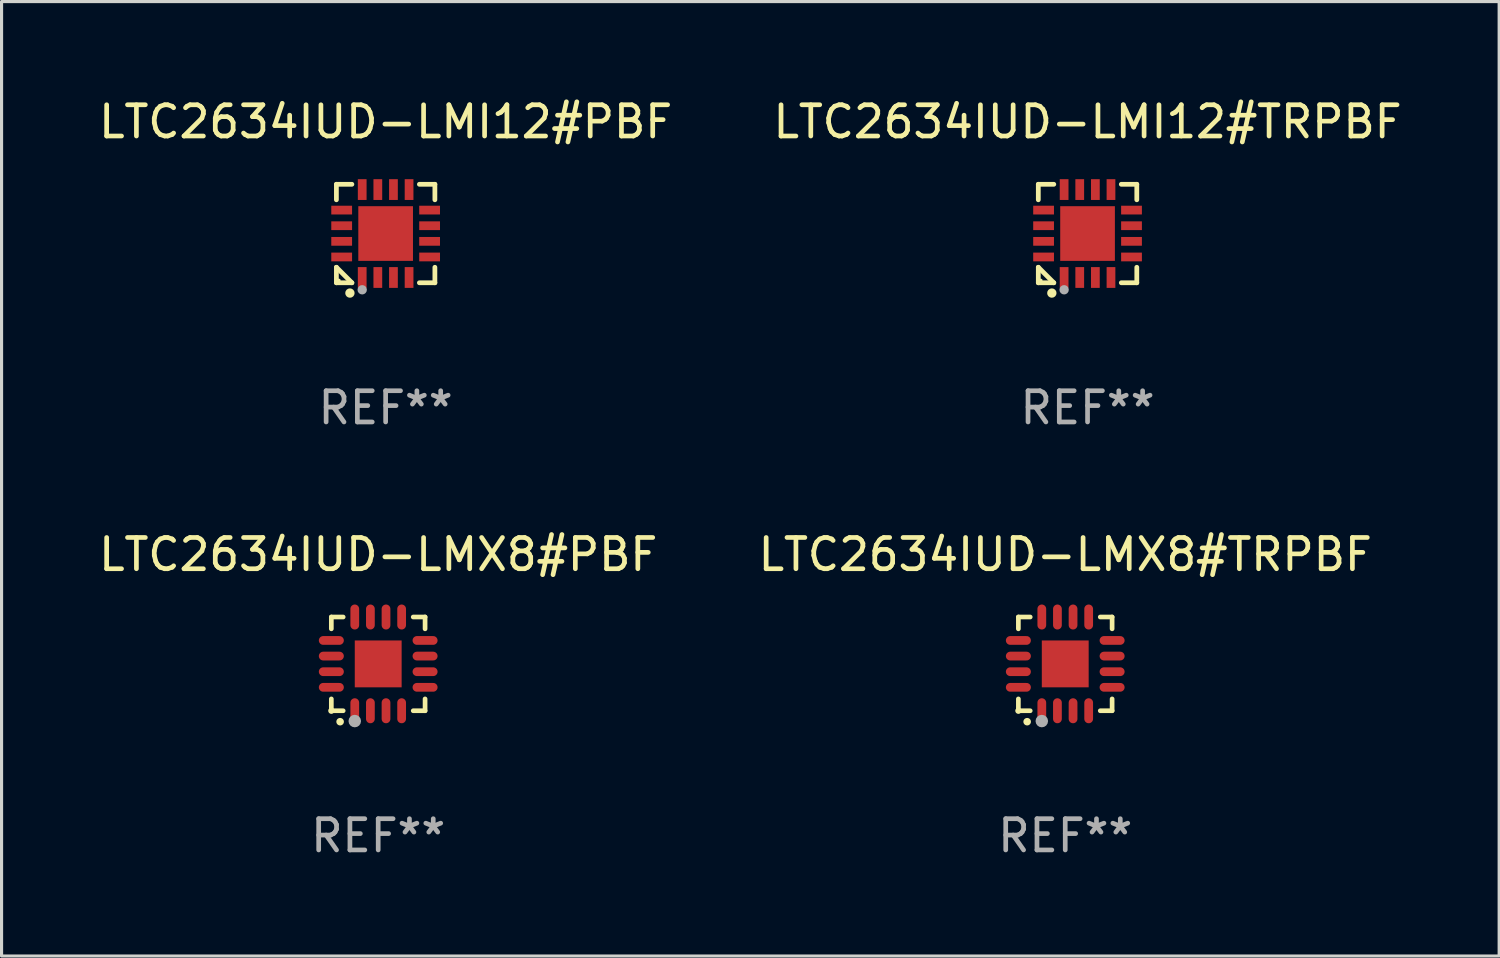
<source format=kicad_pcb>
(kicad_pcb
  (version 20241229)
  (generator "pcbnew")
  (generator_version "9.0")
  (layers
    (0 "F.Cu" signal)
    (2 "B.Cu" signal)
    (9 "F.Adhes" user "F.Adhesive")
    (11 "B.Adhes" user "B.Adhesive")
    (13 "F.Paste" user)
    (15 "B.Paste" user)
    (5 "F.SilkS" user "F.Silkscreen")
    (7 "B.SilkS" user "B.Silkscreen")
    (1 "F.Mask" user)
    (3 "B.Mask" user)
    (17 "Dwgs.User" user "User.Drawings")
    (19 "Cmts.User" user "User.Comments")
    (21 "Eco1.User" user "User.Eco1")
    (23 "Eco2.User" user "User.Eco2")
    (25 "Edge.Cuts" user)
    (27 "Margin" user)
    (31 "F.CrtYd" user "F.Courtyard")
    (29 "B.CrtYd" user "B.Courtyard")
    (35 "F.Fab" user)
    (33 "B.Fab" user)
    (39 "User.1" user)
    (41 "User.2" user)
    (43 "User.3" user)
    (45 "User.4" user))
  (footprint "LTC2634IUD-LMI12#PBF"
    (layer "F.Cu")
    (at 9.292 4.424)
    (property "Reference" "LTC2634IUD-LMI12#PBF" (at 0 -3.576 0) (layer "F.SilkS") (effects (font (size 1 1) (thickness 0.15))))
    (attr through_hole)
    (fp_line (start -1.576 -1.576) (end -1.08 -1.576) (stroke (width 0.152) (type solid)) (layer "F.SilkS"))
    (fp_line (start -1.576 -1.08) (end -1.576 -1.576) (stroke (width 0.152) (type solid)) (layer "F.SilkS"))
    (fp_line (start -1.576 1.08) (end -1.576 1.576) (stroke (width 0.152) (type solid)) (layer "F.SilkS"))
    (fp_line (start -1.576 1.576) (end -1.08 1.576) (stroke (width 0.152) (type solid)) (layer "F.SilkS"))
    (fp_line (start -1.08 1.576) (end -1.576 1.08) (stroke (width 0.152) (type solid)) (layer "F.SilkS"))
    (fp_line (start 1.576 -1.576) (end 1.08 -1.576) (stroke (width 0.152) (type solid)) (layer "F.SilkS"))
    (fp_line (start 1.576 -1.08) (end 1.576 -1.576) (stroke (width 0.152) (type solid)) (layer "F.SilkS"))
    (fp_line (start 1.576 1.08) (end 1.576 1.576) (stroke (width 0.152) (type solid)) (layer "F.SilkS"))
    (fp_line (start 1.576 1.576) (end 1.08 1.576) (stroke (width 0.152) (type solid)) (layer "F.SilkS"))
    (fp_circle (center -1.5 1.5) (end -1.47 1.5) (stroke (width 0.06) (type solid)) (fill no) (layer "F.SilkS"))
    (fp_circle (center -1.143 1.905) (end -1.068 1.905) (stroke (width 0.15) (type solid)) (fill no) (layer "F.SilkS"))
    (fp_circle (center -0.75 1.8) (end -0.675 1.8) (stroke (width 0.15) (type solid)) (fill no) (layer "F.Fab"))
    (fp_text user "REF**" (at 0 5.576 0) (layer "F.Fab") (effects (font (size 1 1) (thickness 0.15))))
    (pad "1" smd rect (at -0.75 1.407) (size 0.28 0.665) (layers "F.Cu" "F.Mask" "F.Paste"))
    (pad "2" smd rect (at -0.25 1.407) (size 0.28 0.665) (layers "F.Cu" "F.Mask" "F.Paste"))
    (pad "3" smd rect (at 0.25 1.407) (size 0.28 0.665) (layers "F.Cu" "F.Mask" "F.Paste"))
    (pad "4" smd rect (at 0.75 1.407) (size 0.28 0.665) (layers "F.Cu" "F.Mask" "F.Paste"))
    (pad "5" smd rect (at 1.407 0.75) (size 0.665 0.28) (layers "F.Cu" "F.Mask" "F.Paste"))
    (pad "6" smd rect (at 1.407 0.25) (size 0.665 0.28) (layers "F.Cu" "F.Mask" "F.Paste"))
    (pad "7" smd rect (at 1.407 -0.25) (size 0.665 0.28) (layers "F.Cu" "F.Mask" "F.Paste"))
    (pad "8" smd rect (at 1.407 -0.75) (size 0.665 0.28) (layers "F.Cu" "F.Mask" "F.Paste"))
    (pad "9" smd rect (at 0.75 -1.407) (size 0.28 0.665) (layers "F.Cu" "F.Mask" "F.Paste"))
    (pad "10" smd rect (at 0.25 -1.407) (size 0.28 0.665) (layers "F.Cu" "F.Mask" "F.Paste"))
    (pad "11" smd rect (at -0.25 -1.407) (size 0.28 0.665) (layers "F.Cu" "F.Mask" "F.Paste"))
    (pad "12" smd rect (at -0.75 -1.407) (size 0.28 0.665) (layers "F.Cu" "F.Mask" "F.Paste"))
    (pad "13" smd rect (at -1.407 -0.75) (size 0.665 0.28) (layers "F.Cu" "F.Mask" "F.Paste"))
    (pad "14" smd rect (at -1.407 -0.25) (size 0.665 0.28) (layers "F.Cu" "F.Mask" "F.Paste"))
    (pad "15" smd rect (at -1.407 0.25) (size 0.665 0.28) (layers "F.Cu" "F.Mask" "F.Paste"))
    (pad "16" smd rect (at -1.407 0.75) (size 0.665 0.28) (layers "F.Cu" "F.Mask" "F.Paste"))
    (pad "17" smd rect (at 0 0) (size 1.75 1.75) (layers "F.Cu" "F.Mask" "F.Paste")))
  (footprint "LTC2634IUD-LMX8#PBF"
    (layer "F.Cu")
    (at 9.054 18.197)
    (property "Reference" "LTC2634IUD-LMX8#PBF" (at 0 -3.5 0) (layer "F.SilkS") (effects (font (size 1 1) (thickness 0.15))))
    (attr through_hole)
    (fp_line (start -1.5 -1.5) (end -1.121 -1.5) (stroke (width 0.15) (type solid)) (layer "F.SilkS"))
    (fp_line (start -1.5 -1.122) (end -1.5 -1.5) (stroke (width 0.15) (type solid)) (layer "F.SilkS"))
    (fp_line (start -1.5 1.5) (end -1.5 1.121) (stroke (width 0.15) (type solid)) (layer "F.SilkS"))
    (fp_line (start -1.121 1.5) (end -1.5 1.5) (stroke (width 0.15) (type solid)) (layer "F.SilkS"))
    (fp_line (start 1.121 -1.5) (end 1.5 -1.5) (stroke (width 0.15) (type solid)) (layer "F.SilkS"))
    (fp_line (start 1.5 -1.5) (end 1.5 -1.122) (stroke (width 0.15) (type solid)) (layer "F.SilkS"))
    (fp_line (start 1.5 1.121) (end 1.5 1.5) (stroke (width 0.15) (type solid)) (layer "F.SilkS"))
    (fp_line (start 1.5 1.5) (end 1.121 1.5) (stroke (width 0.15) (type solid)) (layer "F.SilkS"))
    (fp_arc (start -1.219926 1.850254) (mid -1.21891 1.85025) (end -1.217894 1.850254) (stroke (width 0.240005) (type solid)) (layer "F.SilkS"))
    (fp_circle (center -1.5 1.5) (end -1.45 1.5) (stroke (width 0.1) (type solid)) (fill no) (layer "F.SilkS"))
    (fp_circle (center -0.75 1.83) (end -0.65 1.83) (stroke (width 0.2) (type solid)) (fill no) (layer "F.Fab"))
    (fp_text user "REF**" (at 0 5.5 0) (layer "F.Fab") (effects (font (size 1 1) (thickness 0.15))))
    (pad "1" smd oval (at -0.75 1.5) (size 0.28 0.8) (layers "F.Cu" "F.Mask" "F.Paste"))
    (pad "2" smd oval (at -0.25 1.5) (size 0.28 0.8) (layers "F.Cu" "F.Mask" "F.Paste"))
    (pad "3" smd oval (at 0.25 1.5) (size 0.28 0.8) (layers "F.Cu" "F.Mask" "F.Paste"))
    (pad "4" smd oval (at 0.75 1.5) (size 0.28 0.8) (layers "F.Cu" "F.Mask" "F.Paste"))
    (pad "5" smd oval (at 1.5 0.75) (size 0.8 0.28) (layers "F.Cu" "F.Mask" "F.Paste"))
    (pad "6" smd oval (at 1.5 0.25) (size 0.8 0.28) (layers "F.Cu" "F.Mask" "F.Paste"))
    (pad "7" smd oval (at 1.5 -0.25) (size 0.8 0.28) (layers "F.Cu" "F.Mask" "F.Paste"))
    (pad "8" smd oval (at 1.5 -0.75) (size 0.8 0.28) (layers "F.Cu" "F.Mask" "F.Paste"))
    (pad "9" smd oval (at 0.75 -1.5) (size 0.28 0.8) (layers "F.Cu" "F.Mask" "F.Paste"))
    (pad "10" smd oval (at 0.25 -1.5) (size 0.28 0.8) (layers "F.Cu" "F.Mask" "F.Paste"))
    (pad "11" smd oval (at -0.25 -1.5) (size 0.28 0.8) (layers "F.Cu" "F.Mask" "F.Paste"))
    (pad "12" smd oval (at -0.75 -1.5) (size 0.28 0.8) (layers "F.Cu" "F.Mask" "F.Paste"))
    (pad "13" smd oval (at -1.5 -0.75) (size 0.8 0.28) (layers "F.Cu" "F.Mask" "F.Paste"))
    (pad "14" smd oval (at -1.5 -0.25) (size 0.8 0.28) (layers "F.Cu" "F.Mask" "F.Paste"))
    (pad "15" smd oval (at -1.5 0.25) (size 0.8 0.28) (layers "F.Cu" "F.Mask" "F.Paste"))
    (pad "16" smd oval (at -1.5 0.75) (size 0.8 0.28) (layers "F.Cu" "F.Mask" "F.Paste"))
    (pad "17" smd rect (at -0.000064 0.000165) (size 1.5 1.5) (layers "F.Cu" "F.Mask" "F.Paste")))
  (footprint "LTC2634IUD-LMI12#TRPBF"
    (layer "F.Cu")
    (at 31.756 4.424)
    (property "Reference" "LTC2634IUD-LMI12#TRPBF" (at 0 -3.576 0) (layer "F.SilkS") (effects (font (size 1 1) (thickness 0.15))))
    (attr through_hole)
    (fp_line (start -1.576 -1.576) (end -1.08 -1.576) (stroke (width 0.152) (type solid)) (layer "F.SilkS"))
    (fp_line (start -1.576 -1.08) (end -1.576 -1.576) (stroke (width 0.152) (type solid)) (layer "F.SilkS"))
    (fp_line (start -1.576 1.08) (end -1.576 1.576) (stroke (width 0.152) (type solid)) (layer "F.SilkS"))
    (fp_line (start -1.576 1.576) (end -1.08 1.576) (stroke (width 0.152) (type solid)) (layer "F.SilkS"))
    (fp_line (start -1.08 1.576) (end -1.576 1.08) (stroke (width 0.152) (type solid)) (layer "F.SilkS"))
    (fp_line (start 1.576 -1.576) (end 1.08 -1.576) (stroke (width 0.152) (type solid)) (layer "F.SilkS"))
    (fp_line (start 1.576 -1.08) (end 1.576 -1.576) (stroke (width 0.152) (type solid)) (layer "F.SilkS"))
    (fp_line (start 1.576 1.08) (end 1.576 1.576) (stroke (width 0.152) (type solid)) (layer "F.SilkS"))
    (fp_line (start 1.576 1.576) (end 1.08 1.576) (stroke (width 0.152) (type solid)) (layer "F.SilkS"))
    (fp_circle (center -1.5 1.5) (end -1.47 1.5) (stroke (width 0.06) (type solid)) (fill no) (layer "F.SilkS"))
    (fp_circle (center -1.143 1.905) (end -1.068 1.905) (stroke (width 0.15) (type solid)) (fill no) (layer "F.SilkS"))
    (fp_circle (center -0.75 1.8) (end -0.675 1.8) (stroke (width 0.15) (type solid)) (fill no) (layer "F.Fab"))
    (fp_text user "REF**" (at 0 5.576 0) (layer "F.Fab") (effects (font (size 1 1) (thickness 0.15))))
    (pad "1" smd rect (at -0.75 1.407) (size 0.28 0.665) (layers "F.Cu" "F.Mask" "F.Paste"))
    (pad "2" smd rect (at -0.25 1.407) (size 0.28 0.665) (layers "F.Cu" "F.Mask" "F.Paste"))
    (pad "3" smd rect (at 0.25 1.407) (size 0.28 0.665) (layers "F.Cu" "F.Mask" "F.Paste"))
    (pad "4" smd rect (at 0.75 1.407) (size 0.28 0.665) (layers "F.Cu" "F.Mask" "F.Paste"))
    (pad "5" smd rect (at 1.407 0.75) (size 0.665 0.28) (layers "F.Cu" "F.Mask" "F.Paste"))
    (pad "6" smd rect (at 1.407 0.25) (size 0.665 0.28) (layers "F.Cu" "F.Mask" "F.Paste"))
    (pad "7" smd rect (at 1.407 -0.25) (size 0.665 0.28) (layers "F.Cu" "F.Mask" "F.Paste"))
    (pad "8" smd rect (at 1.407 -0.75) (size 0.665 0.28) (layers "F.Cu" "F.Mask" "F.Paste"))
    (pad "9" smd rect (at 0.75 -1.407) (size 0.28 0.665) (layers "F.Cu" "F.Mask" "F.Paste"))
    (pad "10" smd rect (at 0.25 -1.407) (size 0.28 0.665) (layers "F.Cu" "F.Mask" "F.Paste"))
    (pad "11" smd rect (at -0.25 -1.407) (size 0.28 0.665) (layers "F.Cu" "F.Mask" "F.Paste"))
    (pad "12" smd rect (at -0.75 -1.407) (size 0.28 0.665) (layers "F.Cu" "F.Mask" "F.Paste"))
    (pad "13" smd rect (at -1.407 -0.75) (size 0.665 0.28) (layers "F.Cu" "F.Mask" "F.Paste"))
    (pad "14" smd rect (at -1.407 -0.25) (size 0.665 0.28) (layers "F.Cu" "F.Mask" "F.Paste"))
    (pad "15" smd rect (at -1.407 0.25) (size 0.665 0.28) (layers "F.Cu" "F.Mask" "F.Paste"))
    (pad "16" smd rect (at -1.407 0.75) (size 0.665 0.28) (layers "F.Cu" "F.Mask" "F.Paste"))
    (pad "17" smd rect (at 0 0) (size 1.75 1.75) (layers "F.Cu" "F.Mask" "F.Paste")))
  (footprint "LTC2634IUD-LMX8#TRPBF"
    (layer "F.Cu")
    (at 31.042 18.197)
    (property "Reference" "LTC2634IUD-LMX8#TRPBF" (at 0 -3.5 0) (layer "F.SilkS") (effects (font (size 1 1) (thickness 0.15))))
    (attr through_hole)
    (fp_line (start -1.5 -1.5) (end -1.121 -1.5) (stroke (width 0.15) (type solid)) (layer "F.SilkS"))
    (fp_line (start -1.5 -1.122) (end -1.5 -1.5) (stroke (width 0.15) (type solid)) (layer "F.SilkS"))
    (fp_line (start -1.5 1.5) (end -1.5 1.121) (stroke (width 0.15) (type solid)) (layer "F.SilkS"))
    (fp_line (start -1.121 1.5) (end -1.5 1.5) (stroke (width 0.15) (type solid)) (layer "F.SilkS"))
    (fp_line (start 1.121 -1.5) (end 1.5 -1.5) (stroke (width 0.15) (type solid)) (layer "F.SilkS"))
    (fp_line (start 1.5 -1.5) (end 1.5 -1.122) (stroke (width 0.15) (type solid)) (layer "F.SilkS"))
    (fp_line (start 1.5 1.121) (end 1.5 1.5) (stroke (width 0.15) (type solid)) (layer "F.SilkS"))
    (fp_line (start 1.5 1.5) (end 1.121 1.5) (stroke (width 0.15) (type solid)) (layer "F.SilkS"))
    (fp_arc (start -1.219926 1.850254) (mid -1.21891 1.85025) (end -1.217894 1.850254) (stroke (width 0.240005) (type solid)) (layer "F.SilkS"))
    (fp_circle (center -1.5 1.5) (end -1.45 1.5) (stroke (width 0.1) (type solid)) (fill no) (layer "F.SilkS"))
    (fp_circle (center -0.75 1.83) (end -0.65 1.83) (stroke (width 0.2) (type solid)) (fill no) (layer "F.Fab"))
    (fp_text user "REF**" (at 0 5.5 0) (layer "F.Fab") (effects (font (size 1 1) (thickness 0.15))))
    (pad "1" smd oval (at -0.75 1.5) (size 0.28 0.8) (layers "F.Cu" "F.Mask" "F.Paste"))
    (pad "2" smd oval (at -0.25 1.5) (size 0.28 0.8) (layers "F.Cu" "F.Mask" "F.Paste"))
    (pad "3" smd oval (at 0.25 1.5) (size 0.28 0.8) (layers "F.Cu" "F.Mask" "F.Paste"))
    (pad "4" smd oval (at 0.75 1.5) (size 0.28 0.8) (layers "F.Cu" "F.Mask" "F.Paste"))
    (pad "5" smd oval (at 1.5 0.75) (size 0.8 0.28) (layers "F.Cu" "F.Mask" "F.Paste"))
    (pad "6" smd oval (at 1.5 0.25) (size 0.8 0.28) (layers "F.Cu" "F.Mask" "F.Paste"))
    (pad "7" smd oval (at 1.5 -0.25) (size 0.8 0.28) (layers "F.Cu" "F.Mask" "F.Paste"))
    (pad "8" smd oval (at 1.5 -0.75) (size 0.8 0.28) (layers "F.Cu" "F.Mask" "F.Paste"))
    (pad "9" smd oval (at 0.75 -1.5) (size 0.28 0.8) (layers "F.Cu" "F.Mask" "F.Paste"))
    (pad "10" smd oval (at 0.25 -1.5) (size 0.28 0.8) (layers "F.Cu" "F.Mask" "F.Paste"))
    (pad "11" smd oval (at -0.25 -1.5) (size 0.28 0.8) (layers "F.Cu" "F.Mask" "F.Paste"))
    (pad "12" smd oval (at -0.75 -1.5) (size 0.28 0.8) (layers "F.Cu" "F.Mask" "F.Paste"))
    (pad "13" smd oval (at -1.5 -0.75) (size 0.8 0.28) (layers "F.Cu" "F.Mask" "F.Paste"))
    (pad "14" smd oval (at -1.5 -0.25) (size 0.8 0.28) (layers "F.Cu" "F.Mask" "F.Paste"))
    (pad "15" smd oval (at -1.5 0.25) (size 0.8 0.28) (layers "F.Cu" "F.Mask" "F.Paste"))
    (pad "16" smd oval (at -1.5 0.75) (size 0.8 0.28) (layers "F.Cu" "F.Mask" "F.Paste"))
    (pad "17" smd rect (at -0.000064 0.000165) (size 1.5 1.5) (layers "F.Cu" "F.Mask" "F.Paste")))
  (gr_rect
    (start -3 -3)
    (end 44.929 27.546)
    (stroke (width 0.1) (type default))
    (fill no)
    (layer "Edge.Cuts")))
</source>
